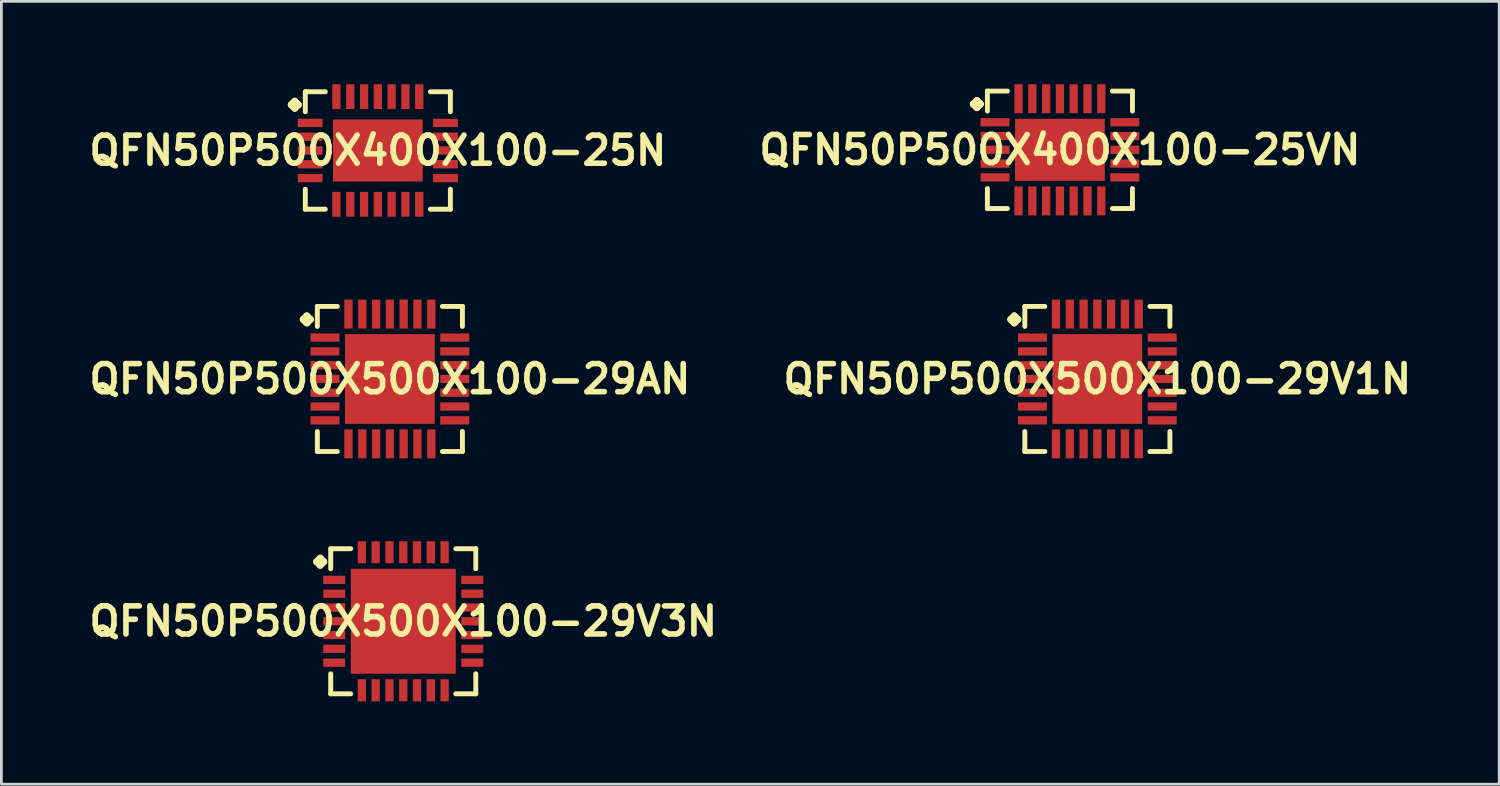
<source format=kicad_pcb>
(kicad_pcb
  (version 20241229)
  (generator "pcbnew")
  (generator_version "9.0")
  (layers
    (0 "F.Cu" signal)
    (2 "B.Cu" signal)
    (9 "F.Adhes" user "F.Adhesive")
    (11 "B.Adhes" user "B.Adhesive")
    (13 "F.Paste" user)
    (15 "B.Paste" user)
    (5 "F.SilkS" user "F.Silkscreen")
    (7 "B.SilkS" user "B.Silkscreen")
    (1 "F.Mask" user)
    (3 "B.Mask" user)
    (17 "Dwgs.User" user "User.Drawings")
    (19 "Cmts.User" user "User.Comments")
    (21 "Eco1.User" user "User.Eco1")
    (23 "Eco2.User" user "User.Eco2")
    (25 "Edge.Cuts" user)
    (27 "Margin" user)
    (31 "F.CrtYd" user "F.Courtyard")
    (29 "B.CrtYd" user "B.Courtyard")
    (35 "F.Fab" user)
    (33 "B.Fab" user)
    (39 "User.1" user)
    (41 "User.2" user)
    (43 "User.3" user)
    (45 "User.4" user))
  (footprint "QFN50P500X400X100-25N"
    (layer "F.Cu")
    (at 10.629 2.398)
    (property "Reference" "QFN50P500X400X100-25N" (at 0 0 0) (layer "F.SilkS") (effects (font (size 1.016 1.016) (thickness 0.203))))
    (attr smd)
    (fp_line (start -3.134 -1.656) (end -3.007 -1.783) (stroke (width 0.254) (type solid)) (layer "F.SilkS"))
    (fp_line (start -3.007 -1.783) (end -2.88 -1.656) (stroke (width 0.254) (type solid)) (layer "F.SilkS"))
    (fp_line (start -3.007 -1.529) (end -3.134 -1.656) (stroke (width 0.254) (type solid)) (layer "F.SilkS"))
    (fp_line (start -2.88 -1.656) (end -3.007 -1.529) (stroke (width 0.254) (type solid)) (layer "F.SilkS"))
    (fp_line (start -2.626 -2.126) (end -1.902 -2.126) (stroke (width 0.178) (type solid)) (layer "F.SilkS"))
    (fp_line (start -2.626 -1.402) (end -2.626 -2.126) (stroke (width 0.178) (type solid)) (layer "F.SilkS"))
    (fp_line (start -2.626 1.402) (end -2.626 2.126) (stroke (width 0.178) (type solid)) (layer "F.SilkS"))
    (fp_line (start -2.626 2.126) (end -1.902 2.126) (stroke (width 0.178) (type solid)) (layer "F.SilkS"))
    (fp_line (start 1.902 -2.126) (end 2.626 -2.126) (stroke (width 0.178) (type solid)) (layer "F.SilkS"))
    (fp_line (start 1.902 2.126) (end 2.626 2.126) (stroke (width 0.178) (type solid)) (layer "F.SilkS"))
    (fp_line (start 2.626 -2.126) (end 2.626 -1.402) (stroke (width 0.178) (type solid)) (layer "F.SilkS"))
    (fp_line (start 2.626 2.126) (end 2.626 1.402) (stroke (width 0.178) (type solid)) (layer "F.SilkS"))
    (pad "1" smd rect (at -2.449 -0.998) (size 0.899 0.3) (layers "F.Cu" "F.Mask" "F.Paste"))
    (pad "2" smd rect (at -2.449 -0.498) (size 0.899 0.3) (layers "F.Cu" "F.Mask" "F.Paste"))
    (pad "3" smd rect (at -2.449 0) (size 0.899 0.3) (layers "F.Cu" "F.Mask" "F.Paste"))
    (pad "4" smd rect (at -2.449 0.498) (size 0.899 0.3) (layers "F.Cu" "F.Mask" "F.Paste"))
    (pad "5" smd rect (at -2.449 0.998) (size 0.899 0.3) (layers "F.Cu" "F.Mask" "F.Paste"))
    (pad "6" smd rect (at -1.499 1.948) (size 0.3 0.899) (layers "F.Cu" "F.Mask" "F.Paste"))
    (pad "7" smd rect (at -0.998 1.948) (size 0.3 0.899) (layers "F.Cu" "F.Mask" "F.Paste"))
    (pad "8" smd rect (at -0.498 1.948) (size 0.3 0.899) (layers "F.Cu" "F.Mask" "F.Paste"))
    (pad "9" smd rect (at 0 1.948) (size 0.3 0.899) (layers "F.Cu" "F.Mask" "F.Paste"))
    (pad "10" smd rect (at 0.498 1.948) (size 0.3 0.899) (layers "F.Cu" "F.Mask" "F.Paste"))
    (pad "11" smd rect (at 0.998 1.948) (size 0.3 0.899) (layers "F.Cu" "F.Mask" "F.Paste"))
    (pad "12" smd rect (at 1.499 1.948) (size 0.3 0.899) (layers "F.Cu" "F.Mask" "F.Paste"))
    (pad "13" smd rect (at 2.449 0.998) (size 0.899 0.3) (layers "F.Cu" "F.Mask" "F.Paste"))
    (pad "14" smd rect (at 2.449 0.498) (size 0.899 0.3) (layers "F.Cu" "F.Mask" "F.Paste"))
    (pad "15" smd rect (at 2.449 0) (size 0.899 0.3) (layers "F.Cu" "F.Mask" "F.Paste"))
    (pad "16" smd rect (at 2.449 -0.498) (size 0.899 0.3) (layers "F.Cu" "F.Mask" "F.Paste"))
    (pad "17" smd rect (at 2.449 -0.998) (size 0.899 0.3) (layers "F.Cu" "F.Mask" "F.Paste"))
    (pad "18" smd rect (at 1.499 -1.948) (size 0.3 0.899) (layers "F.Cu" "F.Mask" "F.Paste"))
    (pad "19" smd rect (at 0.998 -1.948) (size 0.3 0.899) (layers "F.Cu" "F.Mask" "F.Paste"))
    (pad "20" smd rect (at 0.498 -1.948) (size 0.3 0.899) (layers "F.Cu" "F.Mask" "F.Paste"))
    (pad "21" smd rect (at 0 -1.948) (size 0.3 0.899) (layers "F.Cu" "F.Mask" "F.Paste"))
    (pad "22" smd rect (at -0.498 -1.948) (size 0.3 0.899) (layers "F.Cu" "F.Mask" "F.Paste"))
    (pad "23" smd rect (at -0.998 -1.948) (size 0.3 0.899) (layers "F.Cu" "F.Mask" "F.Paste"))
    (pad "24" smd rect (at -1.499 -1.948) (size 0.3 0.899) (layers "F.Cu" "F.Mask" "F.Paste"))
    (pad "25" smd rect (at 0 0) (size 3.249 2.248) (layers "F.Cu" "F.Mask" "F.Paste")))
  (footprint "QFN50P500X400X100-25VN"
    (layer "F.Cu")
    (at 35.323 2.374)
    (property "Reference" "QFN50P500X400X100-25VN" (at 0 0 0) (layer "F.SilkS") (effects (font (size 1.016 1.016) (thickness 0.203))))
    (attr smd)
    (fp_line (start -3.134 -1.656) (end -3.007 -1.783) (stroke (width 0.254) (type solid)) (layer "F.SilkS"))
    (fp_line (start -3.007 -1.783) (end -2.88 -1.656) (stroke (width 0.254) (type solid)) (layer "F.SilkS"))
    (fp_line (start -3.007 -1.529) (end -3.134 -1.656) (stroke (width 0.254) (type solid)) (layer "F.SilkS"))
    (fp_line (start -2.88 -1.656) (end -3.007 -1.529) (stroke (width 0.254) (type solid)) (layer "F.SilkS"))
    (fp_line (start -2.626 -2.126) (end -1.902 -2.126) (stroke (width 0.178) (type solid)) (layer "F.SilkS"))
    (fp_line (start -2.626 -1.402) (end -2.626 -2.126) (stroke (width 0.178) (type solid)) (layer "F.SilkS"))
    (fp_line (start -2.626 1.402) (end -2.626 2.126) (stroke (width 0.178) (type solid)) (layer "F.SilkS"))
    (fp_line (start -2.626 2.126) (end -1.902 2.126) (stroke (width 0.178) (type solid)) (layer "F.SilkS"))
    (fp_line (start 1.902 -2.126) (end 2.626 -2.126) (stroke (width 0.178) (type solid)) (layer "F.SilkS"))
    (fp_line (start 1.902 2.126) (end 2.626 2.126) (stroke (width 0.178) (type solid)) (layer "F.SilkS"))
    (fp_line (start 2.626 -2.126) (end 2.626 -1.402) (stroke (width 0.178) (type solid)) (layer "F.SilkS"))
    (fp_line (start 2.626 2.126) (end 2.626 1.402) (stroke (width 0.178) (type solid)) (layer "F.SilkS"))
    (pad "1" smd rect (at -2.349 -0.998) (size 1.049 0.3) (layers "F.Cu" "F.Mask" "F.Paste"))
    (pad "2" smd rect (at -2.349 -0.498) (size 1.049 0.3) (layers "F.Cu" "F.Mask" "F.Paste"))
    (pad "3" smd rect (at -2.349 0) (size 1.049 0.3) (layers "F.Cu" "F.Mask" "F.Paste"))
    (pad "4" smd rect (at -2.349 0.498) (size 1.049 0.3) (layers "F.Cu" "F.Mask" "F.Paste"))
    (pad "5" smd rect (at -2.349 0.998) (size 1.049 0.3) (layers "F.Cu" "F.Mask" "F.Paste"))
    (pad "6" smd rect (at -1.499 1.849) (size 0.3 1.049) (layers "F.Cu" "F.Mask" "F.Paste"))
    (pad "7" smd rect (at -0.998 1.849) (size 0.3 1.049) (layers "F.Cu" "F.Mask" "F.Paste"))
    (pad "8" smd rect (at -0.498 1.849) (size 0.3 1.049) (layers "F.Cu" "F.Mask" "F.Paste"))
    (pad "9" smd rect (at 0 1.849) (size 0.3 1.049) (layers "F.Cu" "F.Mask" "F.Paste"))
    (pad "10" smd rect (at 0.498 1.849) (size 0.3 1.049) (layers "F.Cu" "F.Mask" "F.Paste"))
    (pad "11" smd rect (at 0.998 1.849) (size 0.3 1.049) (layers "F.Cu" "F.Mask" "F.Paste"))
    (pad "12" smd rect (at 1.499 1.849) (size 0.3 1.049) (layers "F.Cu" "F.Mask" "F.Paste"))
    (pad "13" smd rect (at 2.349 0.998) (size 1.049 0.3) (layers "F.Cu" "F.Mask" "F.Paste"))
    (pad "14" smd rect (at 2.349 0.498) (size 1.049 0.3) (layers "F.Cu" "F.Mask" "F.Paste"))
    (pad "15" smd rect (at 2.349 0) (size 1.049 0.3) (layers "F.Cu" "F.Mask" "F.Paste"))
    (pad "16" smd rect (at 2.349 -0.498) (size 1.049 0.3) (layers "F.Cu" "F.Mask" "F.Paste"))
    (pad "17" smd rect (at 2.349 -0.998) (size 1.049 0.3) (layers "F.Cu" "F.Mask" "F.Paste"))
    (pad "18" smd rect (at 1.499 -1.849) (size 0.3 1.049) (layers "F.Cu" "F.Mask" "F.Paste"))
    (pad "19" smd rect (at 0.998 -1.849) (size 0.3 1.049) (layers "F.Cu" "F.Mask" "F.Paste"))
    (pad "20" smd rect (at 0.498 -1.849) (size 0.3 1.049) (layers "F.Cu" "F.Mask" "F.Paste"))
    (pad "21" smd rect (at 0 -1.849) (size 0.3 1.049) (layers "F.Cu" "F.Mask" "F.Paste"))
    (pad "22" smd rect (at -0.498 -1.849) (size 0.3 1.049) (layers "F.Cu" "F.Mask" "F.Paste"))
    (pad "23" smd rect (at -0.998 -1.849) (size 0.3 1.049) (layers "F.Cu" "F.Mask" "F.Paste"))
    (pad "24" smd rect (at -1.499 -1.849) (size 0.3 1.049) (layers "F.Cu" "F.Mask" "F.Paste"))
    (pad "25" smd rect (at 0 0) (size 3.249 2.248) (layers "F.Cu" "F.Mask" "F.Paste")))
  (footprint "QFN50P500X500X100-29V3N"
    (layer "F.Cu")
    (at 11.549 19.442)
    (property "Reference" "QFN50P500X500X100-29V3N" (at 0 0 0) (layer "F.SilkS") (effects (font (size 1.016 1.016) (thickness 0.203))))
    (attr smd)
    (fp_line (start -3.134 -2.156) (end -3.007 -2.283) (stroke (width 0.254) (type solid)) (layer "F.SilkS"))
    (fp_line (start -3.007 -2.283) (end -2.88 -2.156) (stroke (width 0.254) (type solid)) (layer "F.SilkS"))
    (fp_line (start -3.007 -2.029) (end -3.134 -2.156) (stroke (width 0.254) (type solid)) (layer "F.SilkS"))
    (fp_line (start -2.88 -2.156) (end -3.007 -2.029) (stroke (width 0.254) (type solid)) (layer "F.SilkS"))
    (fp_line (start -2.626 -2.626) (end -1.902 -2.626) (stroke (width 0.178) (type solid)) (layer "F.SilkS"))
    (fp_line (start -2.626 -1.902) (end -2.626 -2.626) (stroke (width 0.178) (type solid)) (layer "F.SilkS"))
    (fp_line (start -2.626 1.902) (end -2.626 2.626) (stroke (width 0.178) (type solid)) (layer "F.SilkS"))
    (fp_line (start -2.626 2.626) (end -1.902 2.626) (stroke (width 0.178) (type solid)) (layer "F.SilkS"))
    (fp_line (start 1.902 -2.626) (end 2.626 -2.626) (stroke (width 0.178) (type solid)) (layer "F.SilkS"))
    (fp_line (start 1.902 2.626) (end 2.626 2.626) (stroke (width 0.178) (type solid)) (layer "F.SilkS"))
    (fp_line (start 2.626 -2.626) (end 2.626 -1.902) (stroke (width 0.178) (type solid)) (layer "F.SilkS"))
    (fp_line (start 2.626 2.626) (end 2.626 1.902) (stroke (width 0.178) (type solid)) (layer "F.SilkS"))
    (pad "1" smd rect (at -2.499 -1.499) (size 0.798 0.3) (layers "F.Cu" "F.Mask" "F.Paste"))
    (pad "2" smd rect (at -2.499 -0.998) (size 0.798 0.3) (layers "F.Cu" "F.Mask" "F.Paste"))
    (pad "3" smd rect (at -2.499 -0.498) (size 0.798 0.3) (layers "F.Cu" "F.Mask" "F.Paste"))
    (pad "4" smd rect (at -2.499 0) (size 0.798 0.3) (layers "F.Cu" "F.Mask" "F.Paste"))
    (pad "5" smd rect (at -2.499 0.498) (size 0.798 0.3) (layers "F.Cu" "F.Mask" "F.Paste"))
    (pad "6" smd rect (at -2.499 0.998) (size 0.798 0.3) (layers "F.Cu" "F.Mask" "F.Paste"))
    (pad "7" smd rect (at -2.499 1.499) (size 0.798 0.3) (layers "F.Cu" "F.Mask" "F.Paste"))
    (pad "8" smd rect (at -1.499 2.499) (size 0.3 0.798) (layers "F.Cu" "F.Mask" "F.Paste"))
    (pad "9" smd rect (at -0.998 2.499) (size 0.3 0.798) (layers "F.Cu" "F.Mask" "F.Paste"))
    (pad "10" smd rect (at -0.498 2.499) (size 0.3 0.798) (layers "F.Cu" "F.Mask" "F.Paste"))
    (pad "11" smd rect (at 0 2.499) (size 0.3 0.798) (layers "F.Cu" "F.Mask" "F.Paste"))
    (pad "12" smd rect (at 0.498 2.499) (size 0.3 0.798) (layers "F.Cu" "F.Mask" "F.Paste"))
    (pad "13" smd rect (at 0.998 2.499) (size 0.3 0.798) (layers "F.Cu" "F.Mask" "F.Paste"))
    (pad "14" smd rect (at 1.499 2.499) (size 0.3 0.798) (layers "F.Cu" "F.Mask" "F.Paste"))
    (pad "15" smd rect (at 2.499 1.499) (size 0.798 0.3) (layers "F.Cu" "F.Mask" "F.Paste"))
    (pad "16" smd rect (at 2.499 0.998) (size 0.798 0.3) (layers "F.Cu" "F.Mask" "F.Paste"))
    (pad "17" smd rect (at 2.499 0.498) (size 0.798 0.3) (layers "F.Cu" "F.Mask" "F.Paste"))
    (pad "18" smd rect (at 2.499 0) (size 0.798 0.3) (layers "F.Cu" "F.Mask" "F.Paste"))
    (pad "19" smd rect (at 2.499 -0.498) (size 0.798 0.3) (layers "F.Cu" "F.Mask" "F.Paste"))
    (pad "20" smd rect (at 2.499 -0.998) (size 0.798 0.3) (layers "F.Cu" "F.Mask" "F.Paste"))
    (pad "21" smd rect (at 2.499 -1.499) (size 0.798 0.3) (layers "F.Cu" "F.Mask" "F.Paste"))
    (pad "22" smd rect (at 1.499 -2.499) (size 0.3 0.798) (layers "F.Cu" "F.Mask" "F.Paste"))
    (pad "23" smd rect (at 0.998 -2.499) (size 0.3 0.798) (layers "F.Cu" "F.Mask" "F.Paste"))
    (pad "24" smd rect (at 0.498 -2.499) (size 0.3 0.798) (layers "F.Cu" "F.Mask" "F.Paste"))
    (pad "25" smd rect (at 0 -2.499) (size 0.3 0.798) (layers "F.Cu" "F.Mask" "F.Paste"))
    (pad "26" smd rect (at -0.498 -2.499) (size 0.3 0.798) (layers "F.Cu" "F.Mask" "F.Paste"))
    (pad "27" smd rect (at -0.998 -2.499) (size 0.3 0.798) (layers "F.Cu" "F.Mask" "F.Paste"))
    (pad "28" smd rect (at -1.499 -2.499) (size 0.3 0.798) (layers "F.Cu" "F.Mask" "F.Paste"))
    (pad "29" smd rect (at 0 0) (size 3.8 3.8) (layers "F.Cu" "F.Mask" "F.Paste")))
  (footprint "QFN50P500X500X100-29V1N"
    (layer "F.Cu")
    (at 36.678 10.67)
    (property "Reference" "QFN50P500X500X100-29V1N" (at 0 0 0) (layer "F.SilkS") (effects (font (size 1.016 1.016) (thickness 0.203))))
    (attr smd)
    (fp_line (start -3.134 -2.156) (end -3.007 -2.283) (stroke (width 0.254) (type solid)) (layer "F.SilkS"))
    (fp_line (start -3.007 -2.283) (end -2.88 -2.156) (stroke (width 0.254) (type solid)) (layer "F.SilkS"))
    (fp_line (start -3.007 -2.029) (end -3.134 -2.156) (stroke (width 0.254) (type solid)) (layer "F.SilkS"))
    (fp_line (start -2.88 -2.156) (end -3.007 -2.029) (stroke (width 0.254) (type solid)) (layer "F.SilkS"))
    (fp_line (start -2.626 -2.626) (end -1.902 -2.626) (stroke (width 0.178) (type solid)) (layer "F.SilkS"))
    (fp_line (start -2.626 -1.902) (end -2.626 -2.626) (stroke (width 0.178) (type solid)) (layer "F.SilkS"))
    (fp_line (start -2.626 1.902) (end -2.626 2.626) (stroke (width 0.178) (type solid)) (layer "F.SilkS"))
    (fp_line (start -2.626 2.626) (end -1.902 2.626) (stroke (width 0.178) (type solid)) (layer "F.SilkS"))
    (fp_line (start 1.902 -2.626) (end 2.626 -2.626) (stroke (width 0.178) (type solid)) (layer "F.SilkS"))
    (fp_line (start 1.902 2.626) (end 2.626 2.626) (stroke (width 0.178) (type solid)) (layer "F.SilkS"))
    (fp_line (start 2.626 -2.626) (end 2.626 -1.902) (stroke (width 0.178) (type solid)) (layer "F.SilkS"))
    (fp_line (start 2.626 2.626) (end 2.626 1.902) (stroke (width 0.178) (type solid)) (layer "F.SilkS"))
    (pad "1" smd rect (at -2.349 -1.499) (size 1.049 0.3) (layers "F.Cu" "F.Mask" "F.Paste"))
    (pad "2" smd rect (at -2.349 -0.998) (size 1.049 0.3) (layers "F.Cu" "F.Mask" "F.Paste"))
    (pad "3" smd rect (at -2.349 -0.498) (size 1.049 0.3) (layers "F.Cu" "F.Mask" "F.Paste"))
    (pad "4" smd rect (at -2.349 0) (size 1.049 0.3) (layers "F.Cu" "F.Mask" "F.Paste"))
    (pad "5" smd rect (at -2.349 0.498) (size 1.049 0.3) (layers "F.Cu" "F.Mask" "F.Paste"))
    (pad "6" smd rect (at -2.349 0.998) (size 1.049 0.3) (layers "F.Cu" "F.Mask" "F.Paste"))
    (pad "7" smd rect (at -2.349 1.499) (size 1.049 0.3) (layers "F.Cu" "F.Mask" "F.Paste"))
    (pad "8" smd rect (at -1.499 2.349) (size 0.3 1.049) (layers "F.Cu" "F.Mask" "F.Paste"))
    (pad "9" smd rect (at -0.998 2.349) (size 0.3 1.049) (layers "F.Cu" "F.Mask" "F.Paste"))
    (pad "10" smd rect (at -0.498 2.349) (size 0.3 1.049) (layers "F.Cu" "F.Mask" "F.Paste"))
    (pad "11" smd rect (at 0 2.349) (size 0.3 1.049) (layers "F.Cu" "F.Mask" "F.Paste"))
    (pad "12" smd rect (at 0.498 2.349) (size 0.3 1.049) (layers "F.Cu" "F.Mask" "F.Paste"))
    (pad "13" smd rect (at 0.998 2.349) (size 0.3 1.049) (layers "F.Cu" "F.Mask" "F.Paste"))
    (pad "14" smd rect (at 1.499 2.349) (size 0.3 1.049) (layers "F.Cu" "F.Mask" "F.Paste"))
    (pad "15" smd rect (at 2.349 1.499) (size 1.049 0.3) (layers "F.Cu" "F.Mask" "F.Paste"))
    (pad "16" smd rect (at 2.349 0.998) (size 1.049 0.3) (layers "F.Cu" "F.Mask" "F.Paste"))
    (pad "17" smd rect (at 2.349 0.498) (size 1.049 0.3) (layers "F.Cu" "F.Mask" "F.Paste"))
    (pad "18" smd rect (at 2.349 0) (size 1.049 0.3) (layers "F.Cu" "F.Mask" "F.Paste"))
    (pad "19" smd rect (at 2.349 -0.498) (size 1.049 0.3) (layers "F.Cu" "F.Mask" "F.Paste"))
    (pad "20" smd rect (at 2.349 -0.998) (size 1.049 0.3) (layers "F.Cu" "F.Mask" "F.Paste"))
    (pad "21" smd rect (at 2.349 -1.499) (size 1.049 0.3) (layers "F.Cu" "F.Mask" "F.Paste"))
    (pad "22" smd rect (at 1.499 -2.349) (size 0.3 1.049) (layers "F.Cu" "F.Mask" "F.Paste"))
    (pad "23" smd rect (at 0.998 -2.349) (size 0.3 1.049) (layers "F.Cu" "F.Mask" "F.Paste"))
    (pad "24" smd rect (at 0.498 -2.349) (size 0.3 1.049) (layers "F.Cu" "F.Mask" "F.Paste"))
    (pad "25" smd rect (at 0 -2.349) (size 0.3 1.049) (layers "F.Cu" "F.Mask" "F.Paste"))
    (pad "26" smd rect (at -0.498 -2.349) (size 0.3 1.049) (layers "F.Cu" "F.Mask" "F.Paste"))
    (pad "27" smd rect (at -0.998 -2.349) (size 0.3 1.049) (layers "F.Cu" "F.Mask" "F.Paste"))
    (pad "28" smd rect (at -1.499 -2.349) (size 0.3 1.049) (layers "F.Cu" "F.Mask" "F.Paste"))
    (pad "29" smd rect (at 0 0) (size 3.249 3.249) (layers "F.Cu" "F.Mask" "F.Paste")))
  (footprint "QFN50P500X500X100-29AN"
    (layer "F.Cu")
    (at 11.065 10.67)
    (property "Reference" "QFN50P500X500X100-29AN" (at 0 0 0) (layer "F.SilkS") (effects (font (size 1.016 1.016) (thickness 0.203))))
    (attr smd)
    (fp_line (start -3.134 -2.156) (end -3.007 -2.283) (stroke (width 0.254) (type solid)) (layer "F.SilkS"))
    (fp_line (start -3.007 -2.283) (end -2.88 -2.156) (stroke (width 0.254) (type solid)) (layer "F.SilkS"))
    (fp_line (start -3.007 -2.029) (end -3.134 -2.156) (stroke (width 0.254) (type solid)) (layer "F.SilkS"))
    (fp_line (start -2.88 -2.156) (end -3.007 -2.029) (stroke (width 0.254) (type solid)) (layer "F.SilkS"))
    (fp_line (start -2.626 -2.626) (end -1.902 -2.626) (stroke (width 0.178) (type solid)) (layer "F.SilkS"))
    (fp_line (start -2.626 -1.902) (end -2.626 -2.626) (stroke (width 0.178) (type solid)) (layer "F.SilkS"))
    (fp_line (start -2.626 1.902) (end -2.626 2.626) (stroke (width 0.178) (type solid)) (layer "F.SilkS"))
    (fp_line (start -2.626 2.626) (end -1.902 2.626) (stroke (width 0.178) (type solid)) (layer "F.SilkS"))
    (fp_line (start 1.902 -2.626) (end 2.626 -2.626) (stroke (width 0.178) (type solid)) (layer "F.SilkS"))
    (fp_line (start 1.902 2.626) (end 2.626 2.626) (stroke (width 0.178) (type solid)) (layer "F.SilkS"))
    (fp_line (start 2.626 -2.626) (end 2.626 -1.902) (stroke (width 0.178) (type solid)) (layer "F.SilkS"))
    (fp_line (start 2.626 2.626) (end 2.626 1.902) (stroke (width 0.178) (type solid)) (layer "F.SilkS"))
    (pad "1" smd rect (at -2.349 -1.499) (size 1.049 0.3) (layers "F.Cu" "F.Mask" "F.Paste"))
    (pad "2" smd rect (at -2.349 -0.998) (size 1.049 0.3) (layers "F.Cu" "F.Mask" "F.Paste"))
    (pad "3" smd rect (at -2.349 -0.498) (size 1.049 0.3) (layers "F.Cu" "F.Mask" "F.Paste"))
    (pad "4" smd rect (at -2.349 0) (size 1.049 0.3) (layers "F.Cu" "F.Mask" "F.Paste"))
    (pad "5" smd rect (at -2.349 0.498) (size 1.049 0.3) (layers "F.Cu" "F.Mask" "F.Paste"))
    (pad "6" smd rect (at -2.349 0.998) (size 1.049 0.3) (layers "F.Cu" "F.Mask" "F.Paste"))
    (pad "7" smd rect (at -2.349 1.499) (size 1.049 0.3) (layers "F.Cu" "F.Mask" "F.Paste"))
    (pad "8" smd rect (at -1.499 2.349) (size 0.3 1.049) (layers "F.Cu" "F.Mask" "F.Paste"))
    (pad "9" smd rect (at -0.998 2.349) (size 0.3 1.049) (layers "F.Cu" "F.Mask" "F.Paste"))
    (pad "10" smd rect (at -0.498 2.349) (size 0.3 1.049) (layers "F.Cu" "F.Mask" "F.Paste"))
    (pad "11" smd rect (at 0 2.349) (size 0.3 1.049) (layers "F.Cu" "F.Mask" "F.Paste"))
    (pad "12" smd rect (at 0.498 2.349) (size 0.3 1.049) (layers "F.Cu" "F.Mask" "F.Paste"))
    (pad "13" smd rect (at 0.998 2.349) (size 0.3 1.049) (layers "F.Cu" "F.Mask" "F.Paste"))
    (pad "14" smd rect (at 1.499 2.349) (size 0.3 1.049) (layers "F.Cu" "F.Mask" "F.Paste"))
    (pad "15" smd rect (at 2.349 1.499) (size 1.049 0.3) (layers "F.Cu" "F.Mask" "F.Paste"))
    (pad "16" smd rect (at 2.349 0.998) (size 1.049 0.3) (layers "F.Cu" "F.Mask" "F.Paste"))
    (pad "17" smd rect (at 2.349 0.498) (size 1.049 0.3) (layers "F.Cu" "F.Mask" "F.Paste"))
    (pad "18" smd rect (at 2.349 0) (size 1.049 0.3) (layers "F.Cu" "F.Mask" "F.Paste"))
    (pad "19" smd rect (at 2.349 -0.498) (size 1.049 0.3) (layers "F.Cu" "F.Mask" "F.Paste"))
    (pad "20" smd rect (at 2.349 -0.998) (size 1.049 0.3) (layers "F.Cu" "F.Mask" "F.Paste"))
    (pad "21" smd rect (at 2.349 -1.499) (size 1.049 0.3) (layers "F.Cu" "F.Mask" "F.Paste"))
    (pad "22" smd rect (at 1.499 -2.349) (size 0.3 1.049) (layers "F.Cu" "F.Mask" "F.Paste"))
    (pad "23" smd rect (at 0.998 -2.349) (size 0.3 1.049) (layers "F.Cu" "F.Mask" "F.Paste"))
    (pad "24" smd rect (at 0.498 -2.349) (size 0.3 1.049) (layers "F.Cu" "F.Mask" "F.Paste"))
    (pad "25" smd rect (at 0 -2.349) (size 0.3 1.049) (layers "F.Cu" "F.Mask" "F.Paste"))
    (pad "26" smd rect (at -0.498 -2.349) (size 0.3 1.049) (layers "F.Cu" "F.Mask" "F.Paste"))
    (pad "27" smd rect (at -0.998 -2.349) (size 0.3 1.049) (layers "F.Cu" "F.Mask" "F.Paste"))
    (pad "28" smd rect (at -1.499 -2.349) (size 0.3 1.049) (layers "F.Cu" "F.Mask" "F.Paste"))
    (pad "29" smd rect (at 0 0) (size 3.249 3.249) (layers "F.Cu" "F.Mask" "F.Paste")))
  (gr_rect
    (start -3 -3)
    (end 51.227 25.34)
    (stroke (width 0.1) (type default))
    (fill no)
    (layer "Edge.Cuts")))
</source>
